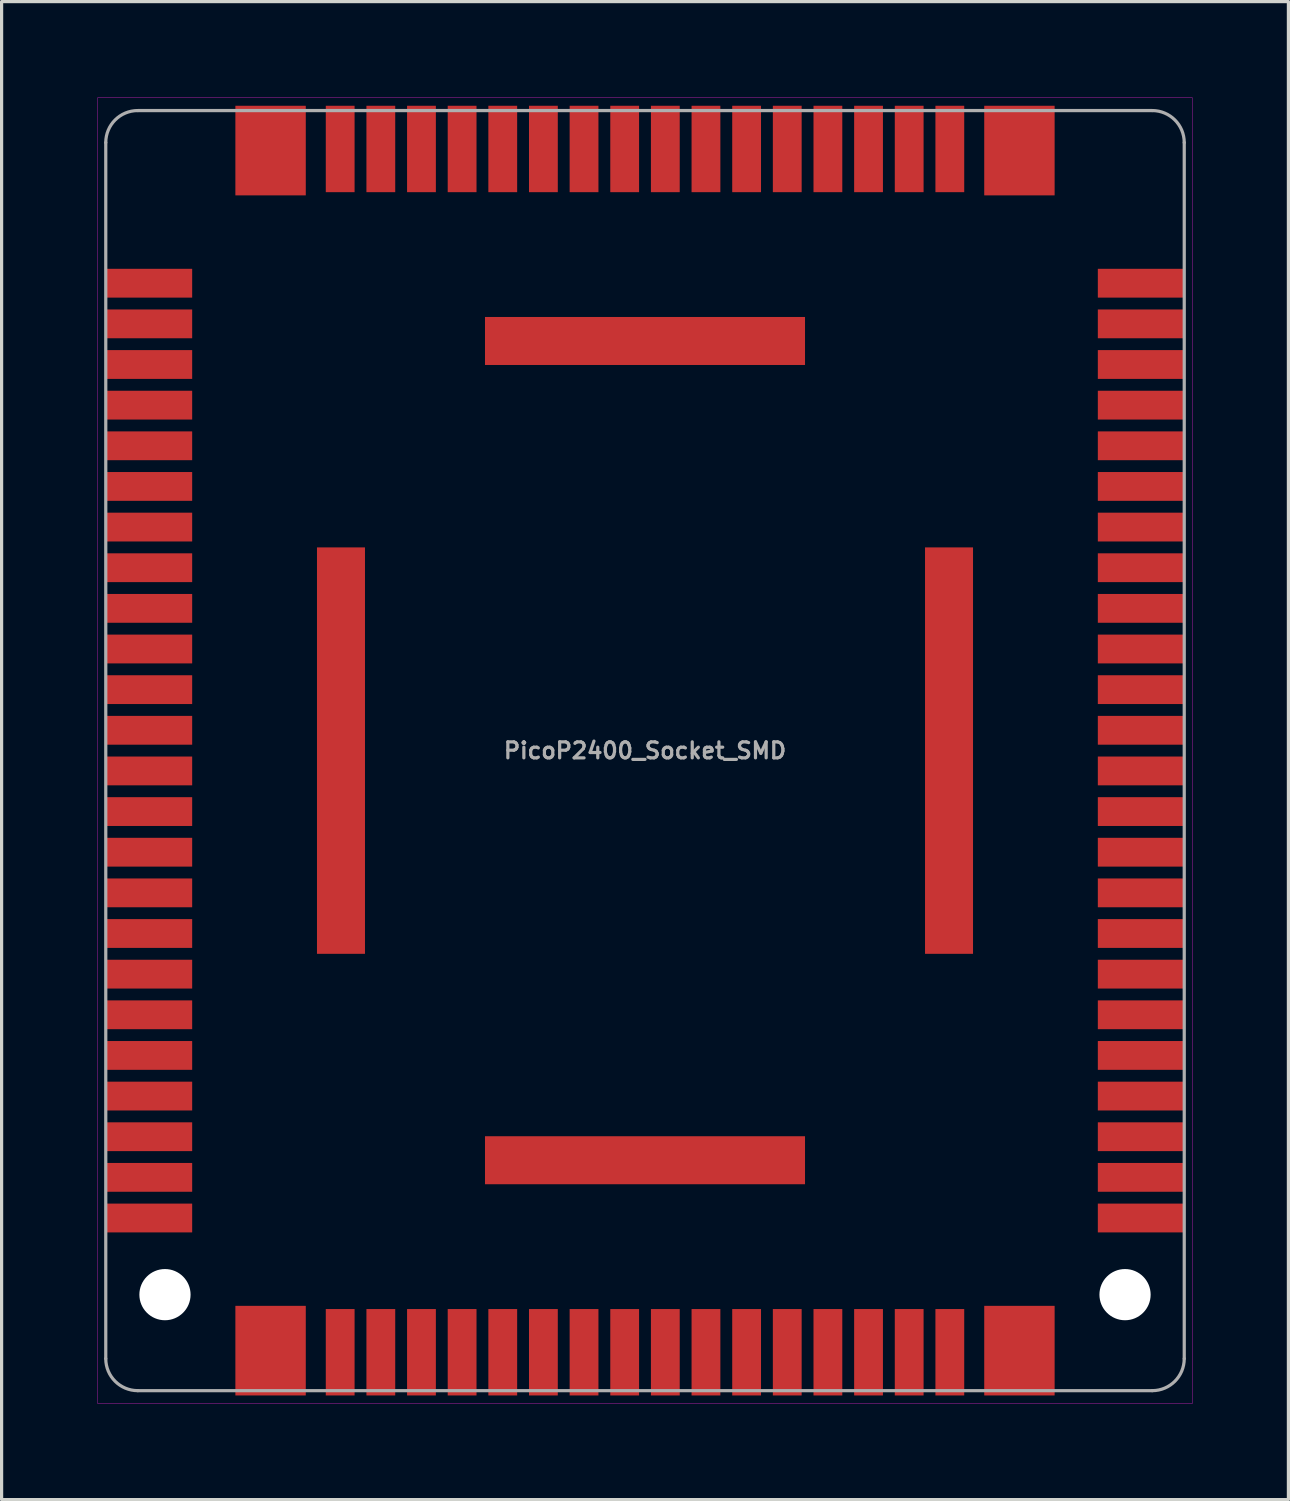
<source format=kicad_pcb>
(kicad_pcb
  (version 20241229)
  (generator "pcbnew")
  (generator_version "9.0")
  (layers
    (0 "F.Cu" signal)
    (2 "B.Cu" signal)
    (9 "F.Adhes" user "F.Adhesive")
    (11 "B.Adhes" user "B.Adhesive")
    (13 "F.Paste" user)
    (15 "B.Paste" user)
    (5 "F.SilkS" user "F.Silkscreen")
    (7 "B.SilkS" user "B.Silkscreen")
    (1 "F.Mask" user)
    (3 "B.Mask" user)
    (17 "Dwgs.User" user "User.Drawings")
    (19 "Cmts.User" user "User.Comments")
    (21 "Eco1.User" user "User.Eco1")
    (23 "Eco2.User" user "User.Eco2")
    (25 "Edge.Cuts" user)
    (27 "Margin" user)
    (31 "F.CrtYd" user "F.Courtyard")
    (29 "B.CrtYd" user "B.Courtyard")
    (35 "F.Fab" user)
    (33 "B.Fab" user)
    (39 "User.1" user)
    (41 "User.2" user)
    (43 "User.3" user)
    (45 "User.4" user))
  (footprint "PicoP2400_Socket_SMD"
    (layer "F.Cu")
    (at 17.105 20.405)
    (property "Reference" "PicoP2400_Socket_SMD" (at 0 0 0) (layer "F.Fab") (effects (font (size 0.5 0.5) (thickness 0.1))))
    (attr smd)
    (fp_line (start -17.1 -20.4) (end -17.1 20.4) (stroke (width 0.01) (type solid)) (layer "F.CrtYd"))
    (fp_line (start -17.1 20.4) (end 17.1 20.4) (stroke (width 0.01) (type solid)) (layer "F.CrtYd"))
    (fp_line (start 17.1 -20.4) (end -17.1 -20.4) (stroke (width 0.01) (type solid)) (layer "F.CrtYd"))
    (fp_line (start 17.1 20.4) (end 17.1 -20.4) (stroke (width 0.01) (type solid)) (layer "F.CrtYd"))
    (fp_line (start -16.85 19) (end -16.85 -19) (stroke (width 0.1) (type solid)) (layer "F.Fab"))
    (fp_line (start -15.85 -20) (end 15.85 -20) (stroke (width 0.1) (type solid)) (layer "F.Fab"))
    (fp_line (start 15.85 20) (end -15.85 20) (stroke (width 0.1) (type solid)) (layer "F.Fab"))
    (fp_line (start 16.85 -19) (end 16.85 19) (stroke (width 0.1) (type solid)) (layer "F.Fab"))
    (fp_arc (start -16.85 -19) (mid -16.557107 -19.707107) (end -15.85 -20) (stroke (width 0.1) (type solid)) (layer "F.Fab"))
    (fp_arc (start -15.85 20) (mid -16.557107 19.707107) (end -16.85 19) (stroke (width 0.1) (type solid)) (layer "F.Fab"))
    (fp_arc (start 15.85 -20) (mid 16.557107 -19.707107) (end 16.85 -19) (stroke (width 0.1) (type solid)) (layer "F.Fab"))
    (fp_arc (start 16.85 19) (mid 16.557107 19.707107) (end 15.85 20) (stroke (width 0.1) (type solid)) (layer "F.Fab"))
    (pad "" np_thru_hole circle (at -15 17 180) (size 1.6 1.6) (drill 1.6) (layers "*.Cu" "*.Mask"))
    (pad "" np_thru_hole circle (at 15 17 180) (size 1.6 1.6) (drill 1.6) (layers "*.Cu" "*.Mask"))
    (pad "1" smd rect (at -15.5 -14.605 90) (size 0.9 2.7) (layers "F.Cu" "F.Mask" "F.Paste"))
    (pad "2" smd rect (at -15.5 -13.335 90) (size 0.9 2.7) (layers "F.Cu" "F.Mask" "F.Paste"))
    (pad "3" smd rect (at -15.5 -12.065 90) (size 0.9 2.7) (layers "F.Cu" "F.Mask" "F.Paste"))
    (pad "4" smd rect (at -15.5 -10.795 90) (size 0.9 2.7) (layers "F.Cu" "F.Mask" "F.Paste"))
    (pad "5" smd rect (at -15.5 -9.525 90) (size 0.9 2.7) (layers "F.Cu" "F.Mask" "F.Paste"))
    (pad "6" smd rect (at -15.5 -8.255 90) (size 0.9 2.7) (layers "F.Cu" "F.Mask" "F.Paste"))
    (pad "7" smd rect (at -15.5 -6.985 90) (size 0.9 2.7) (layers "F.Cu" "F.Mask" "F.Paste"))
    (pad "8" smd rect (at -15.5 -5.715 90) (size 0.9 2.7) (layers "F.Cu" "F.Mask" "F.Paste"))
    (pad "9" smd rect (at -15.5 -4.445 90) (size 0.9 2.7) (layers "F.Cu" "F.Mask" "F.Paste"))
    (pad "10" smd rect (at -15.5 -3.175 90) (size 0.9 2.7) (layers "F.Cu" "F.Mask" "F.Paste"))
    (pad "11" smd rect (at -15.5 -1.905 90) (size 0.9 2.7) (layers "F.Cu" "F.Mask" "F.Paste"))
    (pad "12" smd rect (at -15.5 -0.635 90) (size 0.9 2.7) (layers "F.Cu" "F.Mask" "F.Paste"))
    (pad "13" smd rect (at -15.5 0.635 90) (size 0.9 2.7) (layers "F.Cu" "F.Mask" "F.Paste"))
    (pad "14" smd rect (at -15.5 1.905 90) (size 0.9 2.7) (layers "F.Cu" "F.Mask" "F.Paste"))
    (pad "15" smd rect (at -15.5 3.175 90) (size 0.9 2.7) (layers "F.Cu" "F.Mask" "F.Paste"))
    (pad "16" smd rect (at -15.5 4.445 90) (size 0.9 2.7) (layers "F.Cu" "F.Mask" "F.Paste"))
    (pad "17" smd rect (at -15.5 5.715 90) (size 0.9 2.7) (layers "F.Cu" "F.Mask" "F.Paste"))
    (pad "18" smd rect (at -15.5 6.985 90) (size 0.9 2.7) (layers "F.Cu" "F.Mask" "F.Paste"))
    (pad "19" smd rect (at -15.5 8.255 90) (size 0.9 2.7) (layers "F.Cu" "F.Mask" "F.Paste"))
    (pad "20" smd rect (at -15.5 9.525 90) (size 0.9 2.7) (layers "F.Cu" "F.Mask" "F.Paste"))
    (pad "21" smd rect (at -15.5 10.795 90) (size 0.9 2.7) (layers "F.Cu" "F.Mask" "F.Paste"))
    (pad "22" smd rect (at -15.5 12.065 90) (size 0.9 2.7) (layers "F.Cu" "F.Mask" "F.Paste"))
    (pad "23" smd rect (at -15.5 13.335 90) (size 0.9 2.7) (layers "F.Cu" "F.Mask" "F.Paste"))
    (pad "24" smd rect (at -15.5 14.605 90) (size 0.9 2.7) (layers "F.Cu" "F.Mask" "F.Paste"))
    (pad "25" smd rect (at -9.525 18.8 180) (size 0.9 2.7) (layers "F.Cu" "F.Mask" "F.Paste"))
    (pad "26" smd rect (at -8.255 18.8 180) (size 0.9 2.7) (layers "F.Cu" "F.Mask" "F.Paste"))
    (pad "27" smd rect (at -6.985 18.8 180) (size 0.9 2.7) (layers "F.Cu" "F.Mask" "F.Paste"))
    (pad "28" smd rect (at -5.715 18.8 180) (size 0.9 2.7) (layers "F.Cu" "F.Mask" "F.Paste"))
    (pad "29" smd rect (at -4.445 18.8 180) (size 0.9 2.7) (layers "F.Cu" "F.Mask" "F.Paste"))
    (pad "30" smd rect (at -3.175 18.8 180) (size 0.9 2.7) (layers "F.Cu" "F.Mask" "F.Paste"))
    (pad "31" smd rect (at -1.905 18.8 180) (size 0.9 2.7) (layers "F.Cu" "F.Mask" "F.Paste"))
    (pad "32" smd rect (at -0.635 18.8 180) (size 0.9 2.7) (layers "F.Cu" "F.Mask" "F.Paste"))
    (pad "33" smd rect (at 0.635 18.8 180) (size 0.9 2.7) (layers "F.Cu" "F.Mask" "F.Paste"))
    (pad "34" smd rect (at 1.905 18.8 180) (size 0.9 2.7) (layers "F.Cu" "F.Mask" "F.Paste"))
    (pad "35" smd rect (at 3.175 18.8 180) (size 0.9 2.7) (layers "F.Cu" "F.Mask" "F.Paste"))
    (pad "36" smd rect (at 4.445 18.8 180) (size 0.9 2.7) (layers "F.Cu" "F.Mask" "F.Paste"))
    (pad "37" smd rect (at 5.715 18.8 180) (size 0.9 2.7) (layers "F.Cu" "F.Mask" "F.Paste"))
    (pad "38" smd rect (at 6.985 18.8 180) (size 0.9 2.7) (layers "F.Cu" "F.Mask" "F.Paste"))
    (pad "39" smd rect (at 8.255 18.8 180) (size 0.9 2.7) (layers "F.Cu" "F.Mask" "F.Paste"))
    (pad "40" smd rect (at 9.525 18.8 180) (size 0.9 2.7) (layers "F.Cu" "F.Mask" "F.Paste"))
    (pad "41" smd rect (at 15.5 14.605 270) (size 0.9 2.7) (layers "F.Cu" "F.Mask" "F.Paste"))
    (pad "42" smd rect (at 15.5 13.335 270) (size 0.9 2.7) (layers "F.Cu" "F.Mask" "F.Paste"))
    (pad "43" smd rect (at 15.5 12.065 270) (size 0.9 2.7) (layers "F.Cu" "F.Mask" "F.Paste"))
    (pad "44" smd rect (at 15.5 10.795 270) (size 0.9 2.7) (layers "F.Cu" "F.Mask" "F.Paste"))
    (pad "45" smd rect (at 15.5 9.525 270) (size 0.9 2.7) (layers "F.Cu" "F.Mask" "F.Paste"))
    (pad "46" smd rect (at 15.5 8.255 270) (size 0.9 2.7) (layers "F.Cu" "F.Mask" "F.Paste"))
    (pad "47" smd rect (at 15.5 6.985 270) (size 0.9 2.7) (layers "F.Cu" "F.Mask" "F.Paste"))
    (pad "48" smd rect (at 15.5 5.715 270) (size 0.9 2.7) (layers "F.Cu" "F.Mask" "F.Paste"))
    (pad "49" smd rect (at 15.5 4.445 270) (size 0.9 2.7) (layers "F.Cu" "F.Mask" "F.Paste"))
    (pad "50" smd rect (at 15.5 3.175 270) (size 0.9 2.7) (layers "F.Cu" "F.Mask" "F.Paste"))
    (pad "51" smd rect (at 15.5 1.905 270) (size 0.9 2.7) (layers "F.Cu" "F.Mask" "F.Paste"))
    (pad "52" smd rect (at 15.5 0.635 270) (size 0.9 2.7) (layers "F.Cu" "F.Mask" "F.Paste"))
    (pad "53" smd rect (at 15.5 -0.635 270) (size 0.9 2.7) (layers "F.Cu" "F.Mask" "F.Paste"))
    (pad "54" smd rect (at 15.5 -1.905 270) (size 0.9 2.7) (layers "F.Cu" "F.Mask" "F.Paste"))
    (pad "55" smd rect (at 15.5 -3.175 270) (size 0.9 2.7) (layers "F.Cu" "F.Mask" "F.Paste"))
    (pad "56" smd rect (at 15.5 -4.445 270) (size 0.9 2.7) (layers "F.Cu" "F.Mask" "F.Paste"))
    (pad "57" smd rect (at 15.5 -5.715 270) (size 0.9 2.7) (layers "F.Cu" "F.Mask" "F.Paste"))
    (pad "58" smd rect (at 15.5 -6.985 270) (size 0.9 2.7) (layers "F.Cu" "F.Mask" "F.Paste"))
    (pad "59" smd rect (at 15.5 -8.255 270) (size 0.9 2.7) (layers "F.Cu" "F.Mask" "F.Paste"))
    (pad "60" smd rect (at 15.5 -9.525 270) (size 0.9 2.7) (layers "F.Cu" "F.Mask" "F.Paste"))
    (pad "61" smd rect (at 15.5 -10.795 270) (size 0.9 2.7) (layers "F.Cu" "F.Mask" "F.Paste"))
    (pad "62" smd rect (at 15.5 -12.065 270) (size 0.9 2.7) (layers "F.Cu" "F.Mask" "F.Paste"))
    (pad "63" smd rect (at 15.5 -13.335 270) (size 0.9 2.7) (layers "F.Cu" "F.Mask" "F.Paste"))
    (pad "64" smd rect (at 15.5 -14.605 270) (size 0.9 2.7) (layers "F.Cu" "F.Mask" "F.Paste"))
    (pad "65" smd rect (at 9.525 -18.8) (size 0.9 2.7) (layers "F.Cu" "F.Mask" "F.Paste"))
    (pad "66" smd rect (at 8.255 -18.8) (size 0.9 2.7) (layers "F.Cu" "F.Mask" "F.Paste"))
    (pad "67" smd rect (at 6.985 -18.8) (size 0.9 2.7) (layers "F.Cu" "F.Mask" "F.Paste"))
    (pad "68" smd rect (at 5.715 -18.8) (size 0.9 2.7) (layers "F.Cu" "F.Mask" "F.Paste"))
    (pad "69" smd rect (at 4.445 -18.8) (size 0.9 2.7) (layers "F.Cu" "F.Mask" "F.Paste"))
    (pad "70" smd rect (at 3.175 -18.8) (size 0.9 2.7) (layers "F.Cu" "F.Mask" "F.Paste"))
    (pad "71" smd rect (at 1.905 -18.8) (size 0.9 2.7) (layers "F.Cu" "F.Mask" "F.Paste"))
    (pad "72" smd rect (at 0.635 -18.8) (size 0.9 2.7) (layers "F.Cu" "F.Mask" "F.Paste"))
    (pad "73" smd rect (at -0.635 -18.8) (size 0.9 2.7) (layers "F.Cu" "F.Mask" "F.Paste"))
    (pad "74" smd rect (at -1.905 -18.8) (size 0.9 2.7) (layers "F.Cu" "F.Mask" "F.Paste"))
    (pad "75" smd rect (at -3.175 -18.8) (size 0.9 2.7) (layers "F.Cu" "F.Mask" "F.Paste"))
    (pad "76" smd rect (at -4.445 -18.8) (size 0.9 2.7) (layers "F.Cu" "F.Mask" "F.Paste"))
    (pad "77" smd rect (at -5.715 -18.8) (size 0.9 2.7) (layers "F.Cu" "F.Mask" "F.Paste"))
    (pad "78" smd rect (at -6.985 -18.8) (size 0.9 2.7) (layers "F.Cu" "F.Mask" "F.Paste"))
    (pad "79" smd rect (at -8.255 -18.8) (size 0.9 2.7) (layers "F.Cu" "F.Mask" "F.Paste"))
    (pad "80" smd rect (at -9.525 -18.8) (size 0.9 2.7) (layers "F.Cu" "F.Mask" "F.Paste"))
    (pad "M" smd rect (at -11.7 -18.75 180) (size 2.2 2.8) (layers "F.Cu" "F.Mask" "F.Paste"))
    (pad "M" smd rect (at -11.7 18.75 180) (size 2.2 2.8) (layers "F.Cu" "F.Mask" "F.Paste"))
    (pad "M" smd rect (at 11.7 -18.75 180) (size 2.2 2.8) (layers "F.Cu" "F.Mask" "F.Paste"))
    (pad "M" smd rect (at 11.7 18.75 180) (size 2.2 2.8) (layers "F.Cu" "F.Mask" "F.Paste"))
    (pad "SH" smd rect (at -9.5 0) (size 1.5 12.7) (layers "F.Cu" "F.Mask" "F.Paste"))
    (pad "SH" smd rect (at 0 -12.8) (size 10 1.5) (layers "F.Cu" "F.Mask" "F.Paste"))
    (pad "SH" smd rect (at 0 12.8) (size 10 1.5) (layers "F.Cu" "F.Mask" "F.Paste"))
    (pad "SH" smd rect (at 9.5 0) (size 1.5 12.7) (layers "F.Cu" "F.Mask" "F.Paste")))
  (gr_rect
    (start -3 -3)
    (end 37.21 43.81)
    (stroke (width 0.1) (type default))
    (fill no)
    (layer "Edge.Cuts")))
</source>
